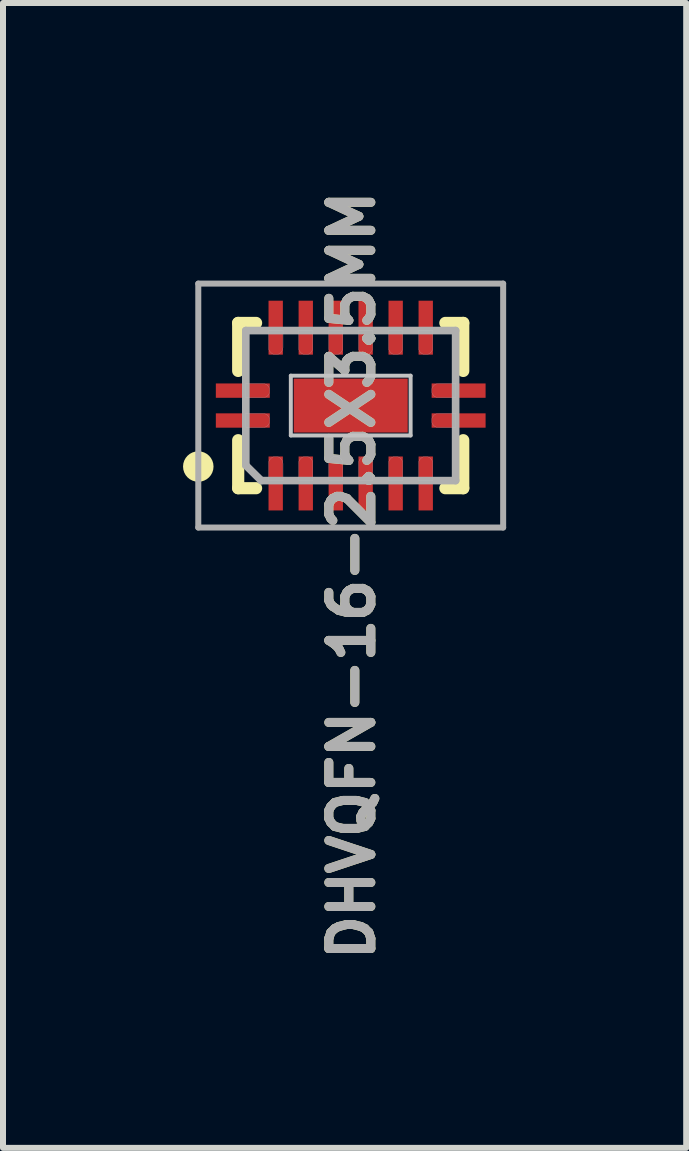
<source format=kicad_pcb>
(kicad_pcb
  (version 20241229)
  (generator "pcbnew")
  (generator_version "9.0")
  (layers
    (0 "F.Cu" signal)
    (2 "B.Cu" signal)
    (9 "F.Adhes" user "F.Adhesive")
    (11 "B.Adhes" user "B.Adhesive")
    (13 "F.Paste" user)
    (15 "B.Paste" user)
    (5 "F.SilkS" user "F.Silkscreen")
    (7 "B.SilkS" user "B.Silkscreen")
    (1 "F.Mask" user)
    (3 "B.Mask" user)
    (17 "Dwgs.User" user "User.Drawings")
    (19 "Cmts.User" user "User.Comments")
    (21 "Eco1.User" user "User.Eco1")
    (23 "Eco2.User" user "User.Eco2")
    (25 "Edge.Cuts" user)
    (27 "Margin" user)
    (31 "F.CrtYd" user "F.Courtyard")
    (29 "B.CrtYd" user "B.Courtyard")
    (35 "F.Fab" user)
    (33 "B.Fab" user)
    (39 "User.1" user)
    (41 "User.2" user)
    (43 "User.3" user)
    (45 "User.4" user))
  (footprint "DHVQFN-16-2.5X3.5MM"
    (layer "F.Cu")
    (at 2.794 3.708)
    (property "Reference" "DHVQFN-16-2.5X3.5MM" (at 0.019 2.83 90) (layer "F.SilkS") (effects (font (size 0.7 0.7) (thickness 0.15))))
    (attr smd)
    (fp_line (start -1.875 -1.377) (end -1.875 -0.577) (stroke (width 0.203) (type solid)) (layer "F.SilkS"))
    (fp_line (start -1.875 0.577) (end -1.875 1.377) (stroke (width 0.203) (type solid)) (layer "F.SilkS"))
    (fp_line (start -1.875 1.377) (end -1.577 1.377) (stroke (width 0.203) (type solid)) (layer "F.SilkS"))
    (fp_line (start -1.577 -1.377) (end -1.875 -1.377) (stroke (width 0.203) (type solid)) (layer "F.SilkS"))
    (fp_line (start 1.577 1.377) (end 1.875 1.377) (stroke (width 0.203) (type solid)) (layer "F.SilkS"))
    (fp_line (start 1.875 -1.377) (end 1.577 -1.377) (stroke (width 0.203) (type solid)) (layer "F.SilkS"))
    (fp_line (start 1.875 -0.577) (end 1.875 -1.377) (stroke (width 0.203) (type solid)) (layer "F.SilkS"))
    (fp_line (start 1.875 1.377) (end 1.875 0.577) (stroke (width 0.203) (type solid)) (layer "F.SilkS"))
    (fp_circle (center -2.54 1.016) (end -2.413 1.016) (stroke (width 0.254) (type solid)) (fill no) (layer "F.SilkS"))
    (fp_line (start -1.748 -0.368) (end -1.468 -0.368) (stroke (width 0.003) (type solid)) (layer "Dwgs.User"))
    (fp_line (start -1.748 -0.13) (end -1.748 -0.368) (stroke (width 0.003) (type solid)) (layer "Dwgs.User"))
    (fp_line (start -1.748 0.13) (end -1.468 0.13) (stroke (width 0.003) (type solid)) (layer "Dwgs.User"))
    (fp_line (start -1.748 0.368) (end -1.748 0.13) (stroke (width 0.003) (type solid)) (layer "Dwgs.User"))
    (fp_line (start -1.468 -0.368) (end -1.433 -0.363) (stroke (width 0.003) (type solid)) (layer "Dwgs.User"))
    (fp_line (start -1.468 -0.13) (end -1.748 -0.13) (stroke (width 0.003) (type solid)) (layer "Dwgs.User"))
    (fp_line (start -1.468 0.13) (end -1.433 0.135) (stroke (width 0.003) (type solid)) (layer "Dwgs.User"))
    (fp_line (start -1.468 0.368) (end -1.748 0.368) (stroke (width 0.003) (type solid)) (layer "Dwgs.User"))
    (fp_line (start -1.433 -0.363) (end -1.397 -0.345) (stroke (width 0.003) (type solid)) (layer "Dwgs.User"))
    (fp_line (start -1.433 -0.135) (end -1.468 -0.13) (stroke (width 0.003) (type solid)) (layer "Dwgs.User"))
    (fp_line (start -1.433 0.135) (end -1.397 0.152) (stroke (width 0.003) (type solid)) (layer "Dwgs.User"))
    (fp_line (start -1.433 0.363) (end -1.468 0.368) (stroke (width 0.003) (type solid)) (layer "Dwgs.User"))
    (fp_line (start -1.397 -0.345) (end -1.372 -0.32) (stroke (width 0.003) (type solid)) (layer "Dwgs.User"))
    (fp_line (start -1.397 -0.152) (end -1.433 -0.135) (stroke (width 0.003) (type solid)) (layer "Dwgs.User"))
    (fp_line (start -1.397 0.152) (end -1.372 0.178) (stroke (width 0.003) (type solid)) (layer "Dwgs.User"))
    (fp_line (start -1.397 0.345) (end -1.433 0.363) (stroke (width 0.003) (type solid)) (layer "Dwgs.User"))
    (fp_line (start -1.372 -0.32) (end -1.354 -0.287) (stroke (width 0.003) (type solid)) (layer "Dwgs.User"))
    (fp_line (start -1.372 -0.178) (end -1.397 -0.152) (stroke (width 0.003) (type solid)) (layer "Dwgs.User"))
    (fp_line (start -1.372 0.178) (end -1.354 0.211) (stroke (width 0.003) (type solid)) (layer "Dwgs.User"))
    (fp_line (start -1.372 0.32) (end -1.397 0.345) (stroke (width 0.003) (type solid)) (layer "Dwgs.User"))
    (fp_line (start -1.369 -1.25) (end -1.128 -1.25) (stroke (width 0.003) (type solid)) (layer "Dwgs.User"))
    (fp_line (start -1.369 -0.968) (end -1.369 -1.25) (stroke (width 0.003) (type solid)) (layer "Dwgs.User"))
    (fp_line (start -1.369 0.968) (end -1.364 0.932) (stroke (width 0.003) (type solid)) (layer "Dwgs.User"))
    (fp_line (start -1.369 1.25) (end -1.369 0.968) (stroke (width 0.003) (type solid)) (layer "Dwgs.User"))
    (fp_line (start -1.364 -0.932) (end -1.369 -0.968) (stroke (width 0.003) (type solid)) (layer "Dwgs.User"))
    (fp_line (start -1.364 0.932) (end -1.346 0.899) (stroke (width 0.003) (type solid)) (layer "Dwgs.User"))
    (fp_line (start -1.354 -0.287) (end -1.349 -0.249) (stroke (width 0.003) (type solid)) (layer "Dwgs.User"))
    (fp_line (start -1.354 -0.211) (end -1.372 -0.178) (stroke (width 0.003) (type solid)) (layer "Dwgs.User"))
    (fp_line (start -1.354 0.211) (end -1.349 0.249) (stroke (width 0.003) (type solid)) (layer "Dwgs.User"))
    (fp_line (start -1.354 0.287) (end -1.372 0.32) (stroke (width 0.003) (type solid)) (layer "Dwgs.User"))
    (fp_line (start -1.349 -0.249) (end -1.354 -0.211) (stroke (width 0.003) (type solid)) (layer "Dwgs.User"))
    (fp_line (start -1.349 0.249) (end -1.354 0.287) (stroke (width 0.003) (type solid)) (layer "Dwgs.User"))
    (fp_line (start -1.346 -0.899) (end -1.364 -0.932) (stroke (width 0.003) (type solid)) (layer "Dwgs.User"))
    (fp_line (start -1.346 0.899) (end -1.318 0.871) (stroke (width 0.003) (type solid)) (layer "Dwgs.User"))
    (fp_line (start -1.318 -0.871) (end -1.346 -0.899) (stroke (width 0.003) (type solid)) (layer "Dwgs.User"))
    (fp_line (start -1.318 0.871) (end -1.285 0.853) (stroke (width 0.003) (type solid)) (layer "Dwgs.User"))
    (fp_line (start -1.285 -0.853) (end -1.318 -0.871) (stroke (width 0.003) (type solid)) (layer "Dwgs.User"))
    (fp_line (start -1.285 0.853) (end -1.25 0.848) (stroke (width 0.003) (type solid)) (layer "Dwgs.User"))
    (fp_line (start -1.25 -0.848) (end -1.285 -0.853) (stroke (width 0.003) (type solid)) (layer "Dwgs.User"))
    (fp_line (start -1.25 0.848) (end -1.212 0.853) (stroke (width 0.003) (type solid)) (layer "Dwgs.User"))
    (fp_line (start -1.212 -0.853) (end -1.25 -0.848) (stroke (width 0.003) (type solid)) (layer "Dwgs.User"))
    (fp_line (start -1.212 0.853) (end -1.179 0.871) (stroke (width 0.003) (type solid)) (layer "Dwgs.User"))
    (fp_line (start -1.179 -0.871) (end -1.212 -0.853) (stroke (width 0.003) (type solid)) (layer "Dwgs.User"))
    (fp_line (start -1.179 0.871) (end -1.151 0.899) (stroke (width 0.003) (type solid)) (layer "Dwgs.User"))
    (fp_line (start -1.151 -0.899) (end -1.179 -0.871) (stroke (width 0.003) (type solid)) (layer "Dwgs.User"))
    (fp_line (start -1.151 0.899) (end -1.135 0.932) (stroke (width 0.003) (type solid)) (layer "Dwgs.User"))
    (fp_line (start -1.135 -0.932) (end -1.151 -0.899) (stroke (width 0.003) (type solid)) (layer "Dwgs.User"))
    (fp_line (start -1.135 0.932) (end -1.128 0.968) (stroke (width 0.003) (type solid)) (layer "Dwgs.User"))
    (fp_line (start -1.128 -1.25) (end -1.128 -0.968) (stroke (width 0.003) (type solid)) (layer "Dwgs.User"))
    (fp_line (start -1.128 -0.968) (end -1.135 -0.932) (stroke (width 0.003) (type solid)) (layer "Dwgs.User"))
    (fp_line (start -1.128 0.968) (end -1.128 1.25) (stroke (width 0.003) (type solid)) (layer "Dwgs.User"))
    (fp_line (start -1.128 1.25) (end -1.369 1.25) (stroke (width 0.003) (type solid)) (layer "Dwgs.User"))
    (fp_line (start -0.998 -0.498) (end 0.998 -0.498) (stroke (width 0.066) (type solid)) (layer "Dwgs.User"))
    (fp_line (start -0.998 0.498) (end -0.998 -0.498) (stroke (width 0.066) (type solid)) (layer "Dwgs.User"))
    (fp_line (start -0.998 0.498) (end 0.998 0.498) (stroke (width 0.066) (type solid)) (layer "Dwgs.User"))
    (fp_line (start -0.869 -1.25) (end -0.63 -1.25) (stroke (width 0.003) (type solid)) (layer "Dwgs.User"))
    (fp_line (start -0.869 -0.968) (end -0.869 -1.25) (stroke (width 0.003) (type solid)) (layer "Dwgs.User"))
    (fp_line (start -0.869 0.968) (end -0.864 0.932) (stroke (width 0.003) (type solid)) (layer "Dwgs.User"))
    (fp_line (start -0.869 1.25) (end -0.869 0.968) (stroke (width 0.003) (type solid)) (layer "Dwgs.User"))
    (fp_line (start -0.864 -0.932) (end -0.869 -0.968) (stroke (width 0.003) (type solid)) (layer "Dwgs.User"))
    (fp_line (start -0.864 0.932) (end -0.846 0.899) (stroke (width 0.003) (type solid)) (layer "Dwgs.User"))
    (fp_line (start -0.846 -0.899) (end -0.864 -0.932) (stroke (width 0.003) (type solid)) (layer "Dwgs.User"))
    (fp_line (start -0.846 0.899) (end -0.82 0.871) (stroke (width 0.003) (type solid)) (layer "Dwgs.User"))
    (fp_line (start -0.82 -0.871) (end -0.846 -0.899) (stroke (width 0.003) (type solid)) (layer "Dwgs.User"))
    (fp_line (start -0.82 0.871) (end -0.785 0.853) (stroke (width 0.003) (type solid)) (layer "Dwgs.User"))
    (fp_line (start -0.785 -0.853) (end -0.82 -0.871) (stroke (width 0.003) (type solid)) (layer "Dwgs.User"))
    (fp_line (start -0.785 0.853) (end -0.749 0.848) (stroke (width 0.003) (type solid)) (layer "Dwgs.User"))
    (fp_line (start -0.749 -0.848) (end -0.785 -0.853) (stroke (width 0.003) (type solid)) (layer "Dwgs.User"))
    (fp_line (start -0.749 0.848) (end -0.711 0.853) (stroke (width 0.003) (type solid)) (layer "Dwgs.User"))
    (fp_line (start -0.711 -0.853) (end -0.749 -0.848) (stroke (width 0.003) (type solid)) (layer "Dwgs.User"))
    (fp_line (start -0.711 0.853) (end -0.678 0.871) (stroke (width 0.003) (type solid)) (layer "Dwgs.User"))
    (fp_line (start -0.678 -0.871) (end -0.711 -0.853) (stroke (width 0.003) (type solid)) (layer "Dwgs.User"))
    (fp_line (start -0.678 0.871) (end -0.653 0.899) (stroke (width 0.003) (type solid)) (layer "Dwgs.User"))
    (fp_line (start -0.653 -0.899) (end -0.678 -0.871) (stroke (width 0.003) (type solid)) (layer "Dwgs.User"))
    (fp_line (start -0.653 0.899) (end -0.635 0.932) (stroke (width 0.003) (type solid)) (layer "Dwgs.User"))
    (fp_line (start -0.635 -0.932) (end -0.653 -0.899) (stroke (width 0.003) (type solid)) (layer "Dwgs.User"))
    (fp_line (start -0.635 0.932) (end -0.63 0.968) (stroke (width 0.003) (type solid)) (layer "Dwgs.User"))
    (fp_line (start -0.63 -1.25) (end -0.63 -0.968) (stroke (width 0.003) (type solid)) (layer "Dwgs.User"))
    (fp_line (start -0.63 -0.968) (end -0.635 -0.932) (stroke (width 0.003) (type solid)) (layer "Dwgs.User"))
    (fp_line (start -0.63 0.968) (end -0.63 1.25) (stroke (width 0.003) (type solid)) (layer "Dwgs.User"))
    (fp_line (start -0.63 1.25) (end -0.869 1.25) (stroke (width 0.003) (type solid)) (layer "Dwgs.User"))
    (fp_line (start -0.368 -1.25) (end -0.13 -1.25) (stroke (width 0.003) (type solid)) (layer "Dwgs.User"))
    (fp_line (start -0.368 -0.968) (end -0.368 -1.25) (stroke (width 0.003) (type solid)) (layer "Dwgs.User"))
    (fp_line (start -0.368 0.968) (end -0.363 0.932) (stroke (width 0.003) (type solid)) (layer "Dwgs.User"))
    (fp_line (start -0.368 1.25) (end -0.368 0.968) (stroke (width 0.003) (type solid)) (layer "Dwgs.User"))
    (fp_line (start -0.363 -0.932) (end -0.368 -0.968) (stroke (width 0.003) (type solid)) (layer "Dwgs.User"))
    (fp_line (start -0.363 0.932) (end -0.345 0.899) (stroke (width 0.003) (type solid)) (layer "Dwgs.User"))
    (fp_line (start -0.345 -0.899) (end -0.363 -0.932) (stroke (width 0.003) (type solid)) (layer "Dwgs.User"))
    (fp_line (start -0.345 0.899) (end -0.32 0.871) (stroke (width 0.003) (type solid)) (layer "Dwgs.User"))
    (fp_line (start -0.32 -0.871) (end -0.345 -0.899) (stroke (width 0.003) (type solid)) (layer "Dwgs.User"))
    (fp_line (start -0.32 0.871) (end -0.287 0.853) (stroke (width 0.003) (type solid)) (layer "Dwgs.User"))
    (fp_line (start -0.287 -0.853) (end -0.32 -0.871) (stroke (width 0.003) (type solid)) (layer "Dwgs.User"))
    (fp_line (start -0.287 0.853) (end -0.249 0.848) (stroke (width 0.003) (type solid)) (layer "Dwgs.User"))
    (fp_line (start -0.249 -0.848) (end -0.287 -0.853) (stroke (width 0.003) (type solid)) (layer "Dwgs.User"))
    (fp_line (start -0.249 0.848) (end -0.211 0.853) (stroke (width 0.003) (type solid)) (layer "Dwgs.User"))
    (fp_line (start -0.211 -0.853) (end -0.249 -0.848) (stroke (width 0.003) (type solid)) (layer "Dwgs.User"))
    (fp_line (start -0.211 0.853) (end -0.178 0.871) (stroke (width 0.003) (type solid)) (layer "Dwgs.User"))
    (fp_line (start -0.178 -0.871) (end -0.211 -0.853) (stroke (width 0.003) (type solid)) (layer "Dwgs.User"))
    (fp_line (start -0.178 0.871) (end -0.152 0.899) (stroke (width 0.003) (type solid)) (layer "Dwgs.User"))
    (fp_line (start -0.152 -0.899) (end -0.178 -0.871) (stroke (width 0.003) (type solid)) (layer "Dwgs.User"))
    (fp_line (start -0.152 0.899) (end -0.135 0.932) (stroke (width 0.003) (type solid)) (layer "Dwgs.User"))
    (fp_line (start -0.135 -0.932) (end -0.152 -0.899) (stroke (width 0.003) (type solid)) (layer "Dwgs.User"))
    (fp_line (start -0.135 0.932) (end -0.13 0.968) (stroke (width 0.003) (type solid)) (layer "Dwgs.User"))
    (fp_line (start -0.13 -1.25) (end -0.13 -0.968) (stroke (width 0.003) (type solid)) (layer "Dwgs.User"))
    (fp_line (start -0.13 -0.968) (end -0.135 -0.932) (stroke (width 0.003) (type solid)) (layer "Dwgs.User"))
    (fp_line (start -0.13 0.968) (end -0.13 1.25) (stroke (width 0.003) (type solid)) (layer "Dwgs.User"))
    (fp_line (start -0.13 1.25) (end -0.368 1.25) (stroke (width 0.003) (type solid)) (layer "Dwgs.User"))
    (fp_line (start 0.13 -1.25) (end 0.368 -1.25) (stroke (width 0.003) (type solid)) (layer "Dwgs.User"))
    (fp_line (start 0.13 -0.968) (end 0.13 -1.25) (stroke (width 0.003) (type solid)) (layer "Dwgs.User"))
    (fp_line (start 0.13 0.968) (end 0.135 0.932) (stroke (width 0.003) (type solid)) (layer "Dwgs.User"))
    (fp_line (start 0.13 1.25) (end 0.13 0.968) (stroke (width 0.003) (type solid)) (layer "Dwgs.User"))
    (fp_line (start 0.135 -0.932) (end 0.13 -0.968) (stroke (width 0.003) (type solid)) (layer "Dwgs.User"))
    (fp_line (start 0.135 0.932) (end 0.152 0.899) (stroke (width 0.003) (type solid)) (layer "Dwgs.User"))
    (fp_line (start 0.152 -0.899) (end 0.135 -0.932) (stroke (width 0.003) (type solid)) (layer "Dwgs.User"))
    (fp_line (start 0.152 0.899) (end 0.178 0.871) (stroke (width 0.003) (type solid)) (layer "Dwgs.User"))
    (fp_line (start 0.178 -0.871) (end 0.152 -0.899) (stroke (width 0.003) (type solid)) (layer "Dwgs.User"))
    (fp_line (start 0.178 0.871) (end 0.211 0.853) (stroke (width 0.003) (type solid)) (layer "Dwgs.User"))
    (fp_line (start 0.211 -0.853) (end 0.178 -0.871) (stroke (width 0.003) (type solid)) (layer "Dwgs.User"))
    (fp_line (start 0.211 0.853) (end 0.249 0.848) (stroke (width 0.003) (type solid)) (layer "Dwgs.User"))
    (fp_line (start 0.249 -0.848) (end 0.211 -0.853) (stroke (width 0.003) (type solid)) (layer "Dwgs.User"))
    (fp_line (start 0.249 0.848) (end 0.287 0.853) (stroke (width 0.003) (type solid)) (layer "Dwgs.User"))
    (fp_line (start 0.287 -0.853) (end 0.249 -0.848) (stroke (width 0.003) (type solid)) (layer "Dwgs.User"))
    (fp_line (start 0.287 0.853) (end 0.32 0.871) (stroke (width 0.003) (type solid)) (layer "Dwgs.User"))
    (fp_line (start 0.32 -0.871) (end 0.287 -0.853) (stroke (width 0.003) (type solid)) (layer "Dwgs.User"))
    (fp_line (start 0.32 0.871) (end 0.345 0.899) (stroke (width 0.003) (type solid)) (layer "Dwgs.User"))
    (fp_line (start 0.345 -0.899) (end 0.32 -0.871) (stroke (width 0.003) (type solid)) (layer "Dwgs.User"))
    (fp_line (start 0.345 0.899) (end 0.363 0.932) (stroke (width 0.003) (type solid)) (layer "Dwgs.User"))
    (fp_line (start 0.363 -0.932) (end 0.345 -0.899) (stroke (width 0.003) (type solid)) (layer "Dwgs.User"))
    (fp_line (start 0.363 0.932) (end 0.368 0.968) (stroke (width 0.003) (type solid)) (layer "Dwgs.User"))
    (fp_line (start 0.368 -1.25) (end 0.368 -0.968) (stroke (width 0.003) (type solid)) (layer "Dwgs.User"))
    (fp_line (start 0.368 -0.968) (end 0.363 -0.932) (stroke (width 0.003) (type solid)) (layer "Dwgs.User"))
    (fp_line (start 0.368 0.968) (end 0.368 1.25) (stroke (width 0.003) (type solid)) (layer "Dwgs.User"))
    (fp_line (start 0.368 1.25) (end 0.13 1.25) (stroke (width 0.003) (type solid)) (layer "Dwgs.User"))
    (fp_line (start 0.63 -1.25) (end 0.869 -1.25) (stroke (width 0.003) (type solid)) (layer "Dwgs.User"))
    (fp_line (start 0.63 -0.968) (end 0.63 -1.25) (stroke (width 0.003) (type solid)) (layer "Dwgs.User"))
    (fp_line (start 0.63 0.968) (end 0.635 0.932) (stroke (width 0.003) (type solid)) (layer "Dwgs.User"))
    (fp_line (start 0.63 1.25) (end 0.63 0.968) (stroke (width 0.003) (type solid)) (layer "Dwgs.User"))
    (fp_line (start 0.635 -0.932) (end 0.63 -0.968) (stroke (width 0.003) (type solid)) (layer "Dwgs.User"))
    (fp_line (start 0.635 0.932) (end 0.653 0.899) (stroke (width 0.003) (type solid)) (layer "Dwgs.User"))
    (fp_line (start 0.653 -0.899) (end 0.635 -0.932) (stroke (width 0.003) (type solid)) (layer "Dwgs.User"))
    (fp_line (start 0.653 0.899) (end 0.678 0.871) (stroke (width 0.003) (type solid)) (layer "Dwgs.User"))
    (fp_line (start 0.678 -0.871) (end 0.653 -0.899) (stroke (width 0.003) (type solid)) (layer "Dwgs.User"))
    (fp_line (start 0.678 0.871) (end 0.711 0.853) (stroke (width 0.003) (type solid)) (layer "Dwgs.User"))
    (fp_line (start 0.711 -0.853) (end 0.678 -0.871) (stroke (width 0.003) (type solid)) (layer "Dwgs.User"))
    (fp_line (start 0.711 0.853) (end 0.749 0.848) (stroke (width 0.003) (type solid)) (layer "Dwgs.User"))
    (fp_line (start 0.749 -0.848) (end 0.711 -0.853) (stroke (width 0.003) (type solid)) (layer "Dwgs.User"))
    (fp_line (start 0.749 0.848) (end 0.785 0.853) (stroke (width 0.003) (type solid)) (layer "Dwgs.User"))
    (fp_line (start 0.785 -0.853) (end 0.749 -0.848) (stroke (width 0.003) (type solid)) (layer "Dwgs.User"))
    (fp_line (start 0.785 0.853) (end 0.82 0.871) (stroke (width 0.003) (type solid)) (layer "Dwgs.User"))
    (fp_line (start 0.82 -0.871) (end 0.785 -0.853) (stroke (width 0.003) (type solid)) (layer "Dwgs.User"))
    (fp_line (start 0.82 0.871) (end 0.846 0.899) (stroke (width 0.003) (type solid)) (layer "Dwgs.User"))
    (fp_line (start 0.846 -0.899) (end 0.82 -0.871) (stroke (width 0.003) (type solid)) (layer "Dwgs.User"))
    (fp_line (start 0.846 0.899) (end 0.864 0.932) (stroke (width 0.003) (type solid)) (layer "Dwgs.User"))
    (fp_line (start 0.864 -0.932) (end 0.846 -0.899) (stroke (width 0.003) (type solid)) (layer "Dwgs.User"))
    (fp_line (start 0.864 0.932) (end 0.869 0.968) (stroke (width 0.003) (type solid)) (layer "Dwgs.User"))
    (fp_line (start 0.869 -1.25) (end 0.869 -0.968) (stroke (width 0.003) (type solid)) (layer "Dwgs.User"))
    (fp_line (start 0.869 -0.968) (end 0.864 -0.932) (stroke (width 0.003) (type solid)) (layer "Dwgs.User"))
    (fp_line (start 0.869 0.968) (end 0.869 1.25) (stroke (width 0.003) (type solid)) (layer "Dwgs.User"))
    (fp_line (start 0.869 1.25) (end 0.63 1.25) (stroke (width 0.003) (type solid)) (layer "Dwgs.User"))
    (fp_line (start 0.998 0.498) (end 0.998 -0.498) (stroke (width 0.066) (type solid)) (layer "Dwgs.User"))
    (fp_line (start 1.128 -1.25) (end 1.369 -1.25) (stroke (width 0.003) (type solid)) (layer "Dwgs.User"))
    (fp_line (start 1.128 -0.968) (end 1.128 -1.25) (stroke (width 0.003) (type solid)) (layer "Dwgs.User"))
    (fp_line (start 1.128 0.968) (end 1.135 0.932) (stroke (width 0.003) (type solid)) (layer "Dwgs.User"))
    (fp_line (start 1.128 1.25) (end 1.128 0.968) (stroke (width 0.003) (type solid)) (layer "Dwgs.User"))
    (fp_line (start 1.135 -0.932) (end 1.128 -0.968) (stroke (width 0.003) (type solid)) (layer "Dwgs.User"))
    (fp_line (start 1.135 0.932) (end 1.151 0.899) (stroke (width 0.003) (type solid)) (layer "Dwgs.User"))
    (fp_line (start 1.151 -0.899) (end 1.135 -0.932) (stroke (width 0.003) (type solid)) (layer "Dwgs.User"))
    (fp_line (start 1.151 0.899) (end 1.179 0.871) (stroke (width 0.003) (type solid)) (layer "Dwgs.User"))
    (fp_line (start 1.179 -0.871) (end 1.151 -0.899) (stroke (width 0.003) (type solid)) (layer "Dwgs.User"))
    (fp_line (start 1.179 0.871) (end 1.212 0.853) (stroke (width 0.003) (type solid)) (layer "Dwgs.User"))
    (fp_line (start 1.212 -0.853) (end 1.179 -0.871) (stroke (width 0.003) (type solid)) (layer "Dwgs.User"))
    (fp_line (start 1.212 0.853) (end 1.25 0.848) (stroke (width 0.003) (type solid)) (layer "Dwgs.User"))
    (fp_line (start 1.25 -0.848) (end 1.212 -0.853) (stroke (width 0.003) (type solid)) (layer "Dwgs.User"))
    (fp_line (start 1.25 0.848) (end 1.285 0.853) (stroke (width 0.003) (type solid)) (layer "Dwgs.User"))
    (fp_line (start 1.285 -0.853) (end 1.25 -0.848) (stroke (width 0.003) (type solid)) (layer "Dwgs.User"))
    (fp_line (start 1.285 0.853) (end 1.318 0.871) (stroke (width 0.003) (type solid)) (layer "Dwgs.User"))
    (fp_line (start 1.318 -0.871) (end 1.285 -0.853) (stroke (width 0.003) (type solid)) (layer "Dwgs.User"))
    (fp_line (start 1.318 0.871) (end 1.346 0.899) (stroke (width 0.003) (type solid)) (layer "Dwgs.User"))
    (fp_line (start 1.346 -0.899) (end 1.318 -0.871) (stroke (width 0.003) (type solid)) (layer "Dwgs.User"))
    (fp_line (start 1.346 0.899) (end 1.364 0.932) (stroke (width 0.003) (type solid)) (layer "Dwgs.User"))
    (fp_line (start 1.349 -0.249) (end 1.354 -0.287) (stroke (width 0.003) (type solid)) (layer "Dwgs.User"))
    (fp_line (start 1.349 0.249) (end 1.354 0.211) (stroke (width 0.003) (type solid)) (layer "Dwgs.User"))
    (fp_line (start 1.354 -0.287) (end 1.372 -0.32) (stroke (width 0.003) (type solid)) (layer "Dwgs.User"))
    (fp_line (start 1.354 -0.211) (end 1.349 -0.249) (stroke (width 0.003) (type solid)) (layer "Dwgs.User"))
    (fp_line (start 1.354 0.211) (end 1.372 0.178) (stroke (width 0.003) (type solid)) (layer "Dwgs.User"))
    (fp_line (start 1.354 0.287) (end 1.349 0.249) (stroke (width 0.003) (type solid)) (layer "Dwgs.User"))
    (fp_line (start 1.364 -0.932) (end 1.346 -0.899) (stroke (width 0.003) (type solid)) (layer "Dwgs.User"))
    (fp_line (start 1.364 0.932) (end 1.369 0.968) (stroke (width 0.003) (type solid)) (layer "Dwgs.User"))
    (fp_line (start 1.369 -1.25) (end 1.369 -0.968) (stroke (width 0.003) (type solid)) (layer "Dwgs.User"))
    (fp_line (start 1.369 -0.968) (end 1.364 -0.932) (stroke (width 0.003) (type solid)) (layer "Dwgs.User"))
    (fp_line (start 1.369 0.968) (end 1.369 1.25) (stroke (width 0.003) (type solid)) (layer "Dwgs.User"))
    (fp_line (start 1.369 1.25) (end 1.128 1.25) (stroke (width 0.003) (type solid)) (layer "Dwgs.User"))
    (fp_line (start 1.372 -0.32) (end 1.397 -0.345) (stroke (width 0.003) (type solid)) (layer "Dwgs.User"))
    (fp_line (start 1.372 -0.178) (end 1.354 -0.211) (stroke (width 0.003) (type solid)) (layer "Dwgs.User"))
    (fp_line (start 1.372 0.178) (end 1.397 0.152) (stroke (width 0.003) (type solid)) (layer "Dwgs.User"))
    (fp_line (start 1.372 0.32) (end 1.354 0.287) (stroke (width 0.003) (type solid)) (layer "Dwgs.User"))
    (fp_line (start 1.397 -0.345) (end 1.433 -0.363) (stroke (width 0.003) (type solid)) (layer "Dwgs.User"))
    (fp_line (start 1.397 -0.152) (end 1.372 -0.178) (stroke (width 0.003) (type solid)) (layer "Dwgs.User"))
    (fp_line (start 1.397 0.152) (end 1.433 0.135) (stroke (width 0.003) (type solid)) (layer "Dwgs.User"))
    (fp_line (start 1.397 0.345) (end 1.372 0.32) (stroke (width 0.003) (type solid)) (layer "Dwgs.User"))
    (fp_line (start 1.433 -0.363) (end 1.468 -0.368) (stroke (width 0.003) (type solid)) (layer "Dwgs.User"))
    (fp_line (start 1.433 -0.135) (end 1.397 -0.152) (stroke (width 0.003) (type solid)) (layer "Dwgs.User"))
    (fp_line (start 1.433 0.135) (end 1.468 0.13) (stroke (width 0.003) (type solid)) (layer "Dwgs.User"))
    (fp_line (start 1.433 0.363) (end 1.397 0.345) (stroke (width 0.003) (type solid)) (layer "Dwgs.User"))
    (fp_line (start 1.468 -0.368) (end 1.748 -0.368) (stroke (width 0.003) (type solid)) (layer "Dwgs.User"))
    (fp_line (start 1.468 -0.13) (end 1.433 -0.135) (stroke (width 0.003) (type solid)) (layer "Dwgs.User"))
    (fp_line (start 1.468 0.13) (end 1.748 0.13) (stroke (width 0.003) (type solid)) (layer "Dwgs.User"))
    (fp_line (start 1.468 0.368) (end 1.433 0.363) (stroke (width 0.003) (type solid)) (layer "Dwgs.User"))
    (fp_line (start 1.748 -0.368) (end 1.748 -0.13) (stroke (width 0.003) (type solid)) (layer "Dwgs.User"))
    (fp_line (start 1.748 -0.13) (end 1.468 -0.13) (stroke (width 0.003) (type solid)) (layer "Dwgs.User"))
    (fp_line (start 1.748 0.13) (end 1.748 0.368) (stroke (width 0.003) (type solid)) (layer "Dwgs.User"))
    (fp_line (start 1.748 0.368) (end 1.468 0.368) (stroke (width 0.003) (type solid)) (layer "Dwgs.User"))
    (fp_line (start -2.54 -2.032) (end -2.54 2.032) (stroke (width 0.1) (type solid)) (layer "F.Fab"))
    (fp_line (start -2.54 2.032) (end 2.54 2.032) (stroke (width 0.1) (type solid)) (layer "F.Fab"))
    (fp_line (start -1.748 -1.25) (end -1.748 0.996) (stroke (width 0.127) (type solid)) (layer "F.Fab"))
    (fp_line (start -1.748 0.996) (end -1.491 1.25) (stroke (width 0.127) (type solid)) (layer "F.Fab"))
    (fp_line (start -1.491 1.25) (end 1.748 1.25) (stroke (width 0.127) (type solid)) (layer "F.Fab"))
    (fp_line (start 1.748 -1.25) (end -1.748 -1.25) (stroke (width 0.127) (type solid)) (layer "F.Fab"))
    (fp_line (start 1.748 1.25) (end 1.748 -1.25) (stroke (width 0.127) (type solid)) (layer "F.Fab"))
    (fp_line (start 2.54 -2.032) (end -2.54 -2.032) (stroke (width 0.1) (type solid)) (layer "F.Fab"))
    (fp_line (start 2.54 2.032) (end 2.54 -2.032) (stroke (width 0.1) (type solid)) (layer "F.Fab"))
    (fp_text user "${REFERENCE}" (at 0.019 2.83 90) (layer "F.Fab") (effects (font (size 0.7 0.7) (thickness 0.15))))
    (pad "1" smd rect (at -1.798 0.249) (size 0.899 0.239) (layers "F.Cu" "F.Mask" "F.Paste"))
    (pad "2" smd rect (at -1.25 1.298 90) (size 0.899 0.239) (layers "F.Cu" "F.Mask" "F.Paste"))
    (pad "3" smd rect (at -0.749 1.298 90) (size 0.899 0.239) (layers "F.Cu" "F.Mask" "F.Paste"))
    (pad "4" smd rect (at -0.249 1.298 90) (size 0.899 0.239) (layers "F.Cu" "F.Mask" "F.Paste"))
    (pad "5" smd rect (at 0.249 1.298 90) (size 0.899 0.239) (layers "F.Cu" "F.Mask" "F.Paste"))
    (pad "6" smd rect (at 0.749 1.298 90) (size 0.899 0.239) (layers "F.Cu" "F.Mask" "F.Paste"))
    (pad "7" smd rect (at 1.25 1.298 90) (size 0.899 0.239) (layers "F.Cu" "F.Mask" "F.Paste"))
    (pad "8" smd rect (at 1.798 0.249 180) (size 0.899 0.239) (layers "F.Cu" "F.Mask" "F.Paste"))
    (pad "9" smd rect (at 1.798 -0.249 180) (size 0.899 0.239) (layers "F.Cu" "F.Mask" "F.Paste"))
    (pad "10" smd rect (at 1.25 -1.298 270) (size 0.899 0.239) (layers "F.Cu" "F.Mask" "F.Paste"))
    (pad "11" smd rect (at 0.749 -1.298 270) (size 0.899 0.239) (layers "F.Cu" "F.Mask" "F.Paste"))
    (pad "12" smd rect (at 0.249 -1.298 270) (size 0.899 0.239) (layers "F.Cu" "F.Mask" "F.Paste"))
    (pad "13" smd rect (at -0.249 -1.298 270) (size 0.899 0.239) (layers "F.Cu" "F.Mask" "F.Paste"))
    (pad "14" smd rect (at -0.749 -1.298 270) (size 0.899 0.239) (layers "F.Cu" "F.Mask" "F.Paste"))
    (pad "15" smd rect (at -1.25 -1.298 270) (size 0.899 0.239) (layers "F.Cu" "F.Mask" "F.Paste"))
    (pad "16" smd rect (at -1.798 -0.249) (size 0.899 0.239) (layers "F.Cu" "F.Mask" "F.Paste"))
    (pad "EP" smd rect (at 0 0) (size 1.9 0.899) (layers "F.Cu" "F.Mask" "F.Paste")))
  (gr_rect
    (start -3 -3)
    (end 8.384 16.077)
    (stroke (width 0.1) (type default))
    (fill no)
    (layer "Edge.Cuts")))
</source>
